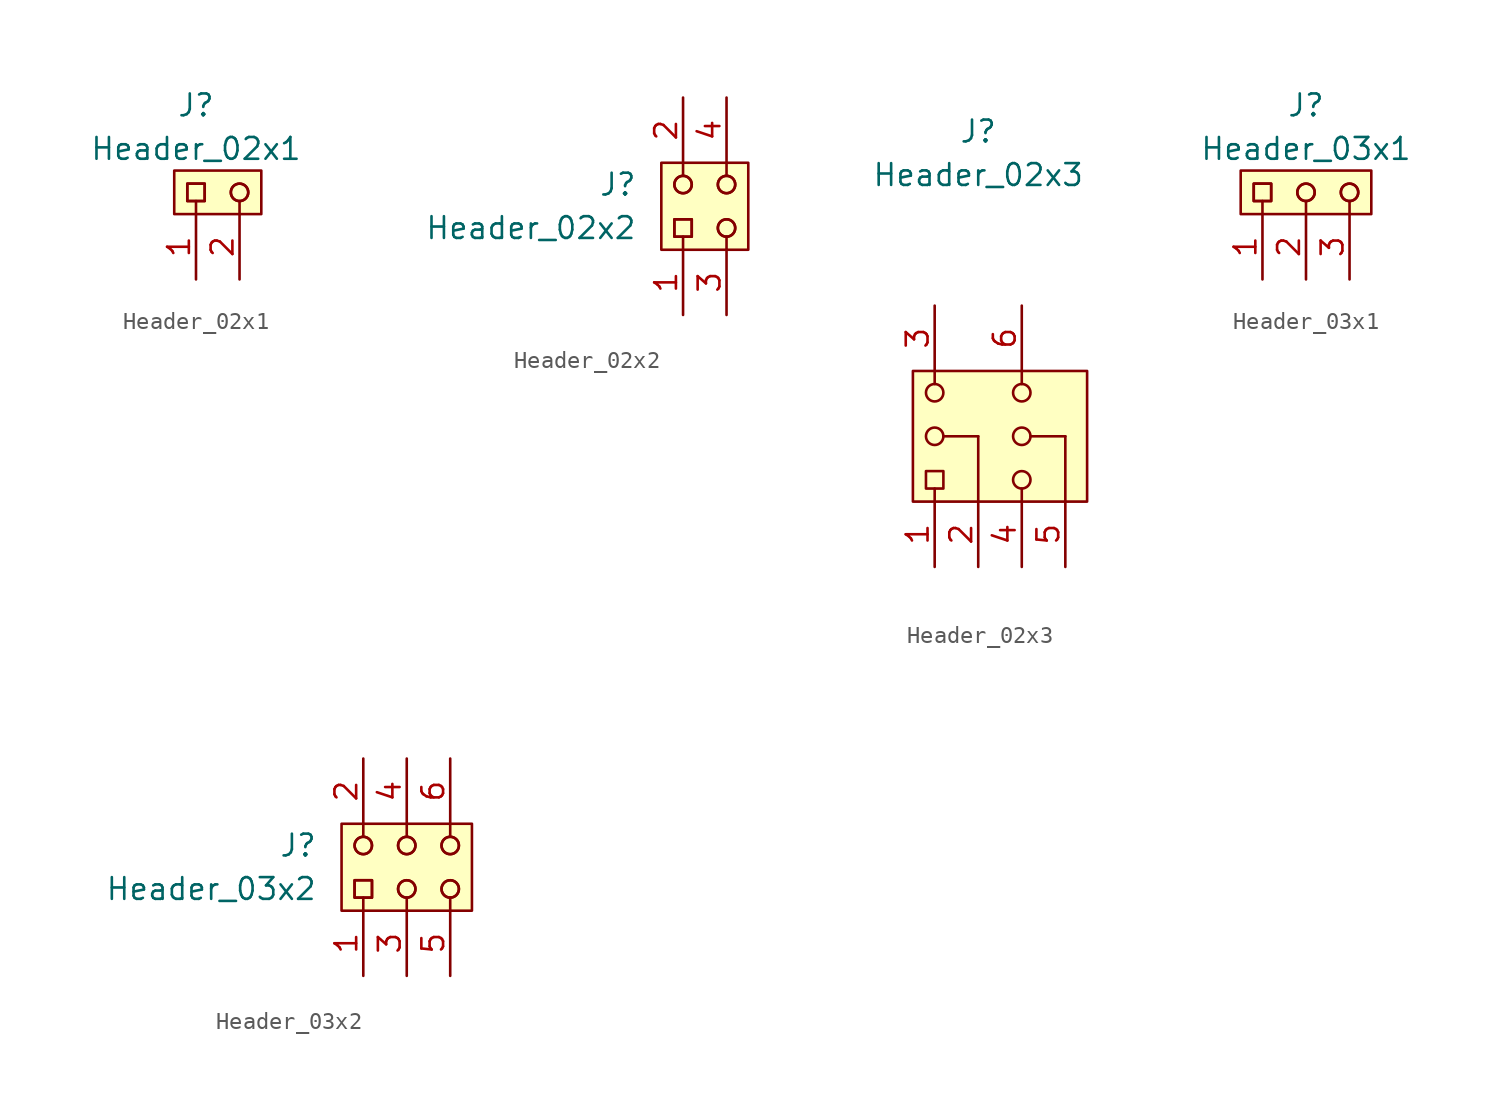
<source format=kicad_sym>
(kicad_symbol_lib
  (version 20220914)
  (generator kicad_symbol_editor)
  (symbol "Header_02x1"
    (pin_names hide)
    (property "Reference" "J"
      (at 0 5.08 0)
      (effects (font (size 1.27 1.27))))
    (property "Value" "Header_02x1"
      (at 0 2.54 0)
      (effects (font (size 1.27 1.27))))
    (symbol "Header_02x1_0_0"
      (pin passive line (at 0 -5.08 90) (length 3.81) (name "~" (effects (font (size 1.27 1.27)))) (number "1" (effects (font (size 1.27 1.27)))))
      (pin passive line (at 2.54 -5.08 90) (length 3.81) (name "~" (effects (font (size 1.27 1.27)))) (number "2" (effects (font (size 1.27 1.27))))))
    (symbol "Header_02x1_0_1"
      (rectangle (start -1.27 1.27) (end 3.81 -1.27) (stroke (width 0.152) (type default)) (fill (type background)))
      (rectangle (start -0.508 0.508) (end 0.508 -0.508) (stroke (width 0) (type default)) (fill (type none)))
      (rectangle (start -0.508 0.508) (end 0.508 -0.508) (stroke (width 0) (type default)) (fill (type none)))
      (polyline (pts (xy 0 -0.508) (xy 0 -1.27)) (stroke (width 0) (type default)) (fill (type none)))
      (polyline (pts (xy 2.54 -0.508) (xy 2.54 -1.27)) (stroke (width 0) (type default)) (fill (type none)))
      (circle (center 2.54 0) (radius 0.508) (stroke (width 0) (type default)) (fill (type none)))
      (circle (center 2.54 0) (radius 0.508) (stroke (width 0) (type default)) (fill (type none)))))
  (symbol "Header_02x2"
    (pin_names hide)
    (property "Reference" "J"
      (at -6.35 2.54 0)
      (effects (font (size 1.27 1.27))))
    (property "Value" "Header_02x2"
      (at -11.43 0 0)
      (effects (font (size 1.27 1.27))))
    (symbol "Header_02x2_0_0"
      (pin passive line (at -2.54 -5.08 90) (length 3.81) (name "~" (effects (font (size 1.27 1.27)))) (number "1" (effects (font (size 1.27 1.27)))))
      (pin passive line (at -2.54 7.62 270) (length 3.81) (name "~" (effects (font (size 1.27 1.27)))) (number "2" (effects (font (size 1.27 1.27)))))
      (pin passive line (at 0 -5.08 90) (length 3.81) (name "~" (effects (font (size 1.27 1.27)))) (number "3" (effects (font (size 1.27 1.27)))))
      (pin passive line (at 0 7.62 270) (length 3.81) (name "~" (effects (font (size 1.27 1.27)))) (number "4" (effects (font (size 1.27 1.27))))))
    (symbol "Header_02x2_0_1"
      (rectangle (start -3.81 3.81) (end 1.27 -1.27) (stroke (width 0.152) (type default)) (fill (type background)))
      (rectangle (start -3.048 0.508) (end -2.032 -0.508) (stroke (width 0) (type default)) (fill (type none)))
      (rectangle (start -3.048 0.508) (end -2.032 -0.508) (stroke (width 0) (type default)) (fill (type none)))
      (circle (center -2.54 2.54) (radius 0.508) (stroke (width 0) (type default)) (fill (type none)))
      (circle (center -2.54 2.54) (radius 0.508) (stroke (width 0) (type default)) (fill (type none)))
      (polyline (pts (xy -2.54 -0.508) (xy -2.54 -1.27)) (stroke (width 0) (type default)) (fill (type none)))
      (polyline (pts (xy -2.54 3.048) (xy -2.54 3.81)) (stroke (width 0) (type default)) (fill (type none)))
      (polyline (pts (xy 0 -0.508) (xy 0 -1.27)) (stroke (width 0) (type default)) (fill (type none)))
      (polyline (pts (xy 0 3.048) (xy 0 3.81)) (stroke (width 0) (type default)) (fill (type none)))
      (circle (center 0 0) (radius 0.508) (stroke (width 0) (type default)) (fill (type none)))
      (circle (center 0 0) (radius 0.508) (stroke (width 0) (type default)) (fill (type none)))
      (circle (center 0 2.54) (radius 0.508) (stroke (width 0) (type default)) (fill (type none)))
      (circle (center 0 2.54) (radius 0.508) (stroke (width 0) (type default)) (fill (type none)))))
  (symbol "Header_02x3"
    (pin_names hide)
    (property "Reference" "J"
      (at 0 17.78 0)
      (effects (font (size 1.27 1.27))))
    (property "Value" "Header_02x3"
      (at 0 15.24 0)
      (effects (font (size 1.27 1.27))))
    (symbol "Header_02x3_0_0"
      (pin passive line (at -2.54 -7.62 90) (length 3.81) (name "~" (effects (font (size 1.27 1.27)))) (number "1" (effects (font (size 1.27 1.27)))))
      (pin passive line (at 0 -7.62 90) (length 3.81) (name "~" (effects (font (size 1.27 1.27)))) (number "2" (effects (font (size 1.27 1.27)))))
      (pin passive line (at -2.54 7.62 270) (length 3.81) (name "~" (effects (font (size 1.27 1.27)))) (number "3" (effects (font (size 1.27 1.27)))))
      (pin passive line (at 2.54 -7.62 90) (length 3.81) (name "~" (effects (font (size 1.27 1.27)))) (number "4" (effects (font (size 1.27 1.27)))))
      (pin passive line (at 5.08 -7.62 90) (length 3.81) (name "~" (effects (font (size 1.27 1.27)))) (number "5" (effects (font (size 1.27 1.27)))))
      (pin passive line (at 2.54 7.62 270) (length 3.81) (name "~" (effects (font (size 1.27 1.27)))) (number "6" (effects (font (size 1.27 1.27))))))
    (symbol "Header_02x3_0_1"
      (rectangle (start -3.81 3.81) (end 6.35 -3.81) (stroke (width 0.152) (type default)) (fill (type background)))
      (rectangle (start -3.048 -2.032) (end -2.032 -3.048) (stroke (width 0) (type default)) (fill (type none)))
      (circle (center -2.54 0) (radius 0.508) (stroke (width 0) (type default)) (fill (type none)))
      (circle (center -2.54 2.54) (radius 0.508) (stroke (width 0) (type default)) (fill (type none)))
      (polyline (pts (xy -2.54 -3.048) (xy -2.54 -3.81)) (stroke (width 0) (type default)) (fill (type none)))
      (polyline (pts (xy -2.54 3.048) (xy -2.54 3.81)) (stroke (width 0) (type default)) (fill (type none)))
      (polyline (pts (xy 0 0) (xy -2.032 0)) (stroke (width 0.152) (type default)) (fill (type none)))
      (polyline (pts (xy 0 0) (xy 0 -3.81)) (stroke (width 0) (type default)) (fill (type none)))
      (polyline (pts (xy 2.54 -3.048) (xy 2.54 -3.81)) (stroke (width 0) (type default)) (fill (type none)))
      (polyline (pts (xy 2.54 3.048) (xy 2.54 3.81)) (stroke (width 0) (type default)) (fill (type none)))
      (polyline (pts (xy 5.08 0) (xy 3.048 0)) (stroke (width 0.152) (type default)) (fill (type none)))
      (polyline (pts (xy 5.08 0) (xy 5.08 -3.81)) (stroke (width 0) (type default)) (fill (type none)))
      (circle (center 2.54 -2.54) (radius 0.508) (stroke (width 0) (type default)) (fill (type none)))
      (circle (center 2.54 0) (radius 0.508) (stroke (width 0) (type default)) (fill (type none)))
      (circle (center 2.54 2.54) (radius 0.508) (stroke (width 0) (type default)) (fill (type none)))))
  (symbol "Header_03x1"
    (pin_names hide)
    (property "Reference" "J"
      (at 0 5.08 0)
      (effects (font (size 1.27 1.27))))
    (property "Value" "Header_03x1"
      (at 0 2.54 0)
      (effects (font (size 1.27 1.27))))
    (symbol "Header_03x1_0_0"
      (pin passive line (at -2.54 -5.08 90) (length 3.81) (name "~" (effects (font (size 1.27 1.27)))) (number "1" (effects (font (size 1.27 1.27)))))
      (pin passive line (at 0 -5.08 90) (length 3.81) (name "~" (effects (font (size 1.27 1.27)))) (number "2" (effects (font (size 1.27 1.27)))))
      (pin passive line (at 2.54 -5.08 90) (length 3.81) (name "~" (effects (font (size 1.27 1.27)))) (number "3" (effects (font (size 1.27 1.27))))))
    (symbol "Header_03x1_0_1"
      (rectangle (start -3.81 1.27) (end 3.81 -1.27) (stroke (width 0.152) (type default)) (fill (type background)))
      (rectangle (start -3.048 0.508) (end -2.032 -0.508) (stroke (width 0) (type default)) (fill (type none)))
      (rectangle (start -3.048 0.508) (end -2.032 -0.508) (stroke (width 0) (type default)) (fill (type none)))
      (polyline (pts (xy -2.54 -0.508) (xy -2.54 -1.27)) (stroke (width 0) (type default)) (fill (type none)))
      (polyline (pts (xy 0 -0.508) (xy 0 -1.27)) (stroke (width 0) (type default)) (fill (type none)))
      (polyline (pts (xy 2.54 -0.508) (xy 2.54 -1.27)) (stroke (width 0) (type default)) (fill (type none)))
      (circle (center 0 0) (radius 0.508) (stroke (width 0) (type default)) (fill (type none)))
      (circle (center 0 0) (radius 0.508) (stroke (width 0) (type default)) (fill (type none)))
      (circle (center 2.54 0) (radius 0.508) (stroke (width 0) (type default)) (fill (type none)))
      (circle (center 2.54 0) (radius 0.508) (stroke (width 0) (type default)) (fill (type none)))))
  (symbol "Header_03x2"
    (pin_names hide)
    (property "Reference" "J"
      (at -6.35 2.54 0)
      (effects (font (size 1.27 1.27))))
    (property "Value" "Header_03x2"
      (at -11.43 0 0)
      (effects (font (size 1.27 1.27))))
    (symbol "Header_03x2_0_0"
      (pin passive line (at -2.54 -5.08 90) (length 3.81) (name "~" (effects (font (size 1.27 1.27)))) (number "1" (effects (font (size 1.27 1.27)))))
      (pin passive line (at -2.54 7.62 270) (length 3.81) (name "~" (effects (font (size 1.27 1.27)))) (number "2" (effects (font (size 1.27 1.27)))))
      (pin passive line (at 0 -5.08 90) (length 3.81) (name "~" (effects (font (size 1.27 1.27)))) (number "3" (effects (font (size 1.27 1.27)))))
      (pin passive line (at 0 7.62 270) (length 3.81) (name "~" (effects (font (size 1.27 1.27)))) (number "4" (effects (font (size 1.27 1.27)))))
      (pin passive line (at 2.54 -5.08 90) (length 3.81) (name "~" (effects (font (size 1.27 1.27)))) (number "5" (effects (font (size 1.27 1.27)))))
      (pin passive line (at 2.54 7.62 270) (length 3.81) (name "~" (effects (font (size 1.27 1.27)))) (number "6" (effects (font (size 1.27 1.27))))))
    (symbol "Header_03x2_0_1"
      (rectangle (start -3.81 3.81) (end 3.81 -1.27) (stroke (width 0.152) (type default)) (fill (type background)))
      (rectangle (start -3.048 0.508) (end -2.032 -0.508) (stroke (width 0) (type default)) (fill (type none)))
      (rectangle (start -3.048 0.508) (end -2.032 -0.508) (stroke (width 0) (type default)) (fill (type none)))
      (circle (center -2.54 2.54) (radius 0.508) (stroke (width 0) (type default)) (fill (type none)))
      (circle (center -2.54 2.54) (radius 0.508) (stroke (width 0) (type default)) (fill (type none)))
      (polyline (pts (xy -2.54 -0.508) (xy -2.54 -1.27)) (stroke (width 0) (type default)) (fill (type none)))
      (polyline (pts (xy -2.54 3.048) (xy -2.54 3.81)) (stroke (width 0) (type default)) (fill (type none)))
      (polyline (pts (xy 0 -0.508) (xy 0 -1.27)) (stroke (width 0) (type default)) (fill (type none)))
      (polyline (pts (xy 0 3.048) (xy 0 3.81)) (stroke (width 0) (type default)) (fill (type none)))
      (polyline (pts (xy 2.54 -0.508) (xy 2.54 -1.27)) (stroke (width 0) (type default)) (fill (type none)))
      (polyline (pts (xy 2.54 3.048) (xy 2.54 3.81)) (stroke (width 0) (type default)) (fill (type none)))
      (circle (center 0 0) (radius 0.508) (stroke (width 0) (type default)) (fill (type none)))
      (circle (center 0 0) (radius 0.508) (stroke (width 0) (type default)) (fill (type none)))
      (circle (center 0 2.54) (radius 0.508) (stroke (width 0) (type default)) (fill (type none)))
      (circle (center 0 2.54) (radius 0.508) (stroke (width 0) (type default)) (fill (type none)))
      (circle (center 2.54 0) (radius 0.508) (stroke (width 0) (type default)) (fill (type none)))
      (circle (center 2.54 0) (radius 0.508) (stroke (width 0) (type default)) (fill (type none)))
      (circle (center 2.54 2.54) (radius 0.508) (stroke (width 0) (type default)) (fill (type none)))
      (circle (center 2.54 2.54) (radius 0.508) (stroke (width 0) (type default)) (fill (type none))))))
</source>
